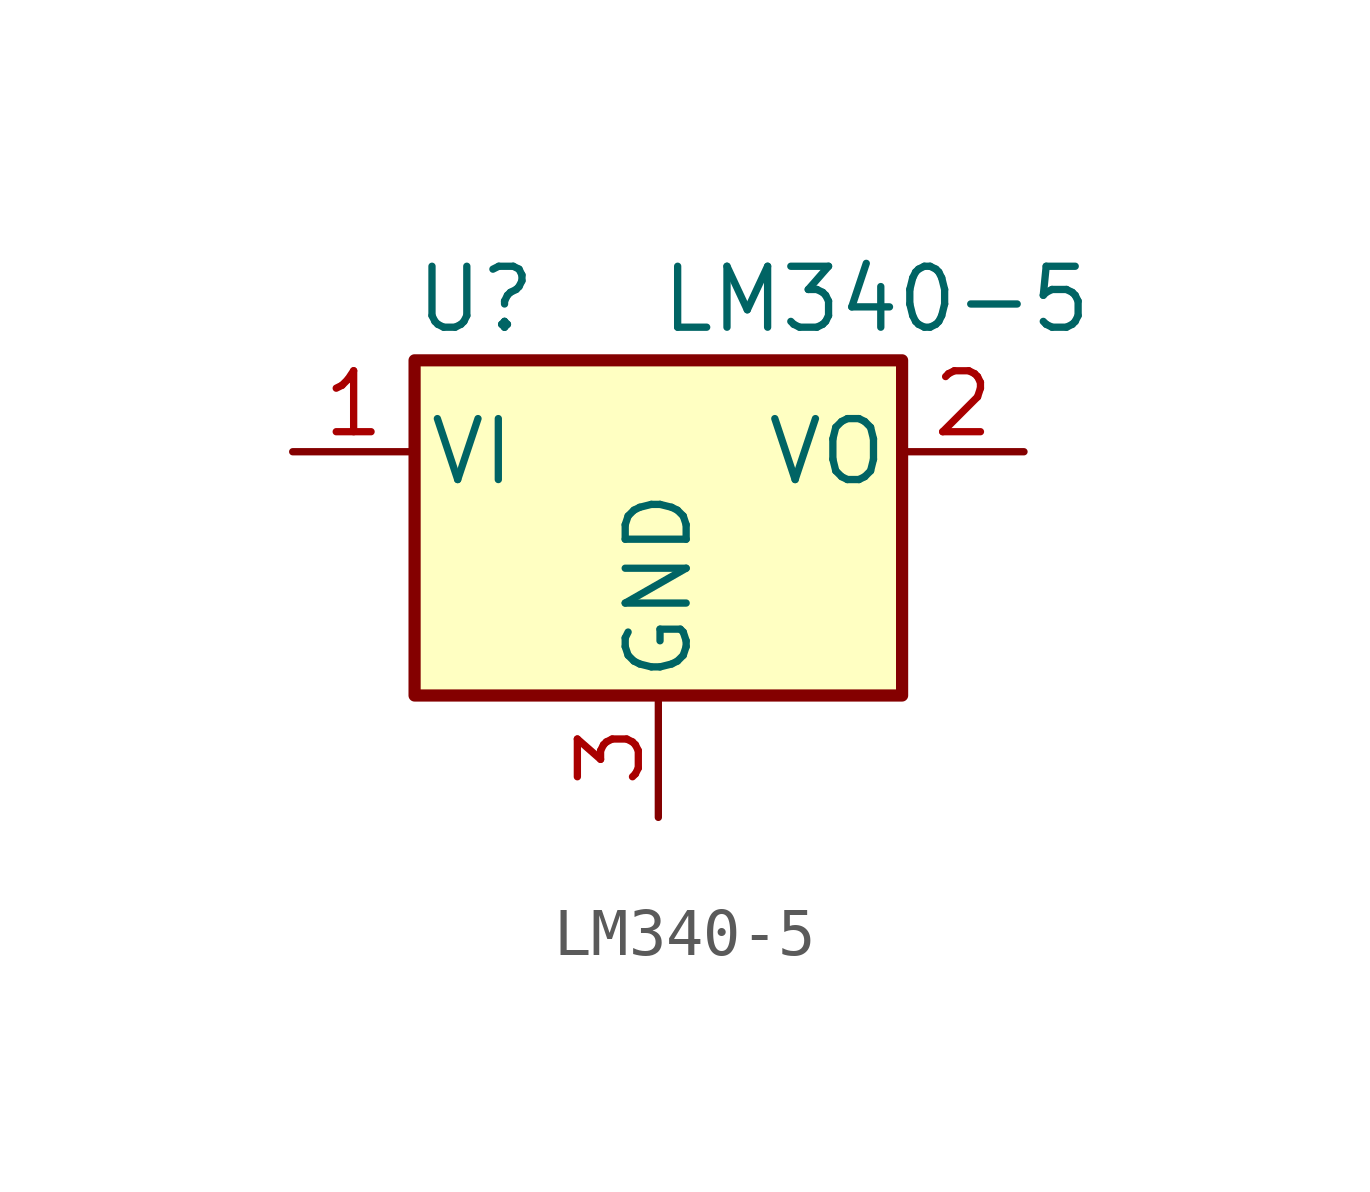
<source format=kicad_sym>
(kicad_symbol_lib
  (version 20220914)
  (generator kicad_symbol_editor)
  (symbol "LM340-5"
    (pin_names
      (offset 0.254))
    (property "Reference" "U"
      (at -3.81 3.175 0)
      (effects (font (size 1.27 1.27))))
    (property "Value" "LM340-5"
      (at 0 3.175 0)
      (effects (font (size 1.27 1.27)) (justify left)))
    (symbol "LM340-5_0_1"
      (rectangle (start -5.08 1.905) (end 5.08 -5.08) (stroke (width 0.254) (type default)) (fill (type background))))
    (symbol "LM340-5_1_1"
      (pin power_in line (at -7.62 0 0) (length 2.54) (name "VI" (effects (font (size 1.27 1.27)))) (number "1" (effects (font (size 1.27 1.27)))))
      (pin power_out line (at 7.62 0 180) (length 2.54) (name "VO" (effects (font (size 1.27 1.27)))) (number "2" (effects (font (size 1.27 1.27)))))
      (pin power_in line (at 0 -7.62 90) (length 2.54) (name "GND" (effects (font (size 1.27 1.27)))) (number "3" (effects (font (size 1.27 1.27))))))))
</source>
